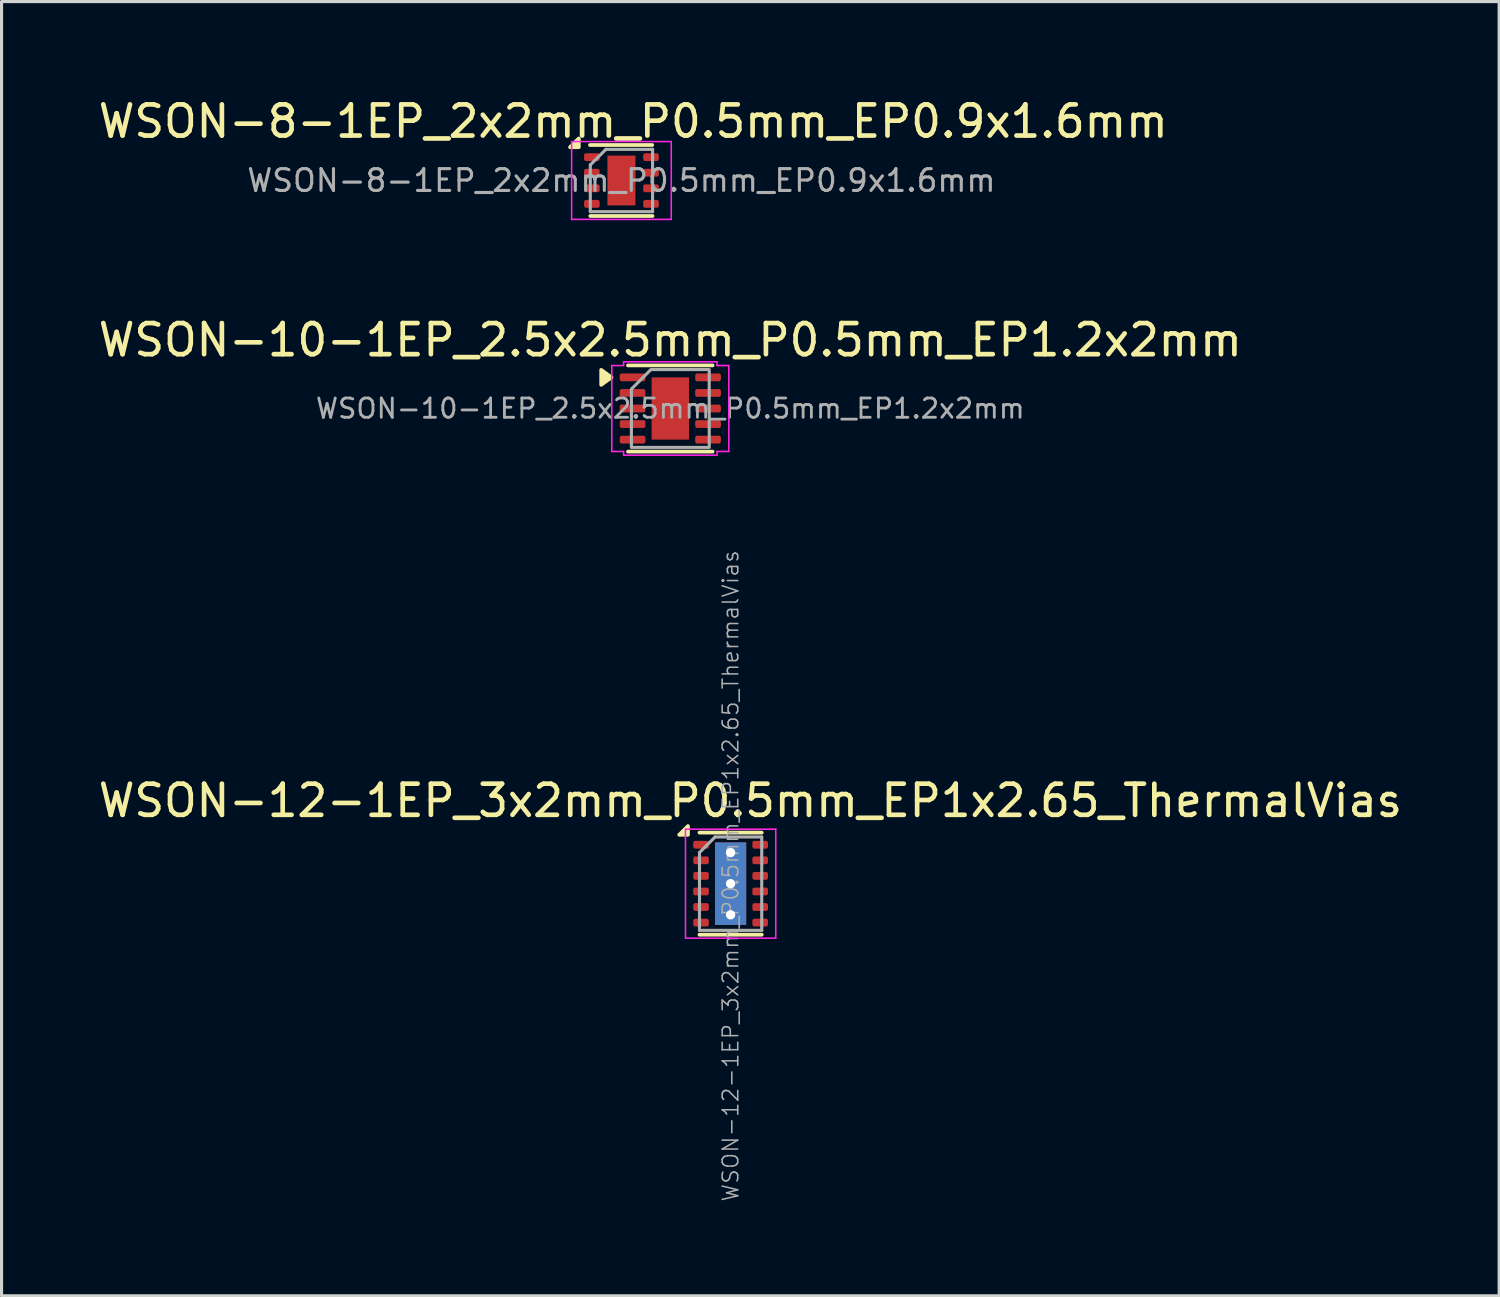
<source format=kicad_pcb>
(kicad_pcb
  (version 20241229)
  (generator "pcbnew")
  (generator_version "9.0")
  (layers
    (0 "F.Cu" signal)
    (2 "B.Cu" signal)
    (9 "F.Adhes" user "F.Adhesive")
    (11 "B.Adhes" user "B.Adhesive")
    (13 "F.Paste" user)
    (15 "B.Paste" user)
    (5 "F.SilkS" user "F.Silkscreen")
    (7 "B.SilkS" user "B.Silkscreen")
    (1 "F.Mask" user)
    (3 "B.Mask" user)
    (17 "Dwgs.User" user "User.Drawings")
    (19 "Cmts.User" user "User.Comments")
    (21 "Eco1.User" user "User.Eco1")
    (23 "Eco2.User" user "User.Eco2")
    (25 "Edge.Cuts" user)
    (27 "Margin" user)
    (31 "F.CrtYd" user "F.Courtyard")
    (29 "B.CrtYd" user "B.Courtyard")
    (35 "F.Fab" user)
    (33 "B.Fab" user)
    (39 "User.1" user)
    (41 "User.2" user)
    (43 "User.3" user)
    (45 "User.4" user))
  (footprint "WSON-8-1EP_2x2mm_P0.5mm_EP0.9x1.6mm"
    (layer "F.Cu")
    (at 16.912 2.748)
    (property "Reference" "WSON-8-1EP_2x2mm_P0.5mm_EP0.9x1.6mm" (at 0.38 -1.9 0) (layer "F.SilkS") (effects (font (size 1 1) (thickness 0.15))))
    (attr smd)
    (fp_line (start -1.01 -1.14) (end 0.99 -1.14) (stroke (width 0.12) (type solid)) (layer "F.SilkS"))
    (fp_line (start -1 1.14) (end 1 1.14) (stroke (width 0.12) (type solid)) (layer "F.SilkS"))
    (fp_poly (pts (xy -1.37 -1.07) (xy -1.65 -1.07) (xy -1.37 -1.35) (xy -1.37 -1.07)) (stroke (width 0.12) (type solid)) (fill yes) (layer "F.SilkS"))
    (fp_line (start -1.6 -1.25) (end -1.6 1.25) (stroke (width 0.05) (type solid)) (layer "F.CrtYd"))
    (fp_line (start -1.6 -1.25) (end 1.6 -1.25) (stroke (width 0.05) (type solid)) (layer "F.CrtYd"))
    (fp_line (start -1.6 1.25) (end 1.6 1.25) (stroke (width 0.05) (type solid)) (layer "F.CrtYd"))
    (fp_line (start 1.6 -1.25) (end 1.6 1.25) (stroke (width 0.05) (type solid)) (layer "F.CrtYd"))
    (fp_line (start -1 1) (end -1 -0.5) (stroke (width 0.1) (type solid)) (layer "F.Fab"))
    (fp_line (start -0.5 -1) (end -1 -0.5) (stroke (width 0.1) (type solid)) (layer "F.Fab"))
    (fp_line (start -0.5 -1) (end 1 -1) (stroke (width 0.1) (type solid)) (layer "F.Fab"))
    (fp_line (start 1 -1) (end 1 1) (stroke (width 0.1) (type solid)) (layer "F.Fab"))
    (fp_line (start 1 1) (end -1 1) (stroke (width 0.1) (type solid)) (layer "F.Fab"))
    (fp_text user "${REFERENCE}" (at 0 0 0) (layer "F.Fab") (effects (font (size 0.7 0.7) (thickness 0.1))))
    (pad "" smd rect (at 0 -0.4) (size 0.75 0.65) (layers "F.Paste"))
    (pad "" smd rect (at 0 0.4) (size 0.75 0.65) (layers "F.Paste"))
    (pad "1" smd roundrect (at -0.95 -0.75) (size 0.5 0.25) (layers "F.Cu" "F.Mask" "F.Paste") (roundrect_rratio 0.25))
    (pad "2" smd roundrect (at -0.95 -0.25) (size 0.5 0.25) (layers "F.Cu" "F.Mask" "F.Paste") (roundrect_rratio 0.25))
    (pad "3" smd roundrect (at -0.95 0.25) (size 0.5 0.25) (layers "F.Cu" "F.Mask" "F.Paste") (roundrect_rratio 0.25))
    (pad "4" smd roundrect (at -0.95 0.75) (size 0.5 0.25) (layers "F.Cu" "F.Mask" "F.Paste") (roundrect_rratio 0.25))
    (pad "5" smd roundrect (at 0.95 0.75) (size 0.5 0.25) (layers "F.Cu" "F.Mask" "F.Paste") (roundrect_rratio 0.25))
    (pad "6" smd roundrect (at 0.95 0.25) (size 0.5 0.25) (layers "F.Cu" "F.Mask" "F.Paste") (roundrect_rratio 0.25))
    (pad "7" smd roundrect (at 0.95 -0.25) (size 0.5 0.25) (layers "F.Cu" "F.Mask" "F.Paste") (roundrect_rratio 0.25))
    (pad "8" smd roundrect (at 0.95 -0.75) (size 0.5 0.25) (layers "F.Cu" "F.Mask" "F.Paste") (roundrect_rratio 0.25))
    (pad "9" smd rect (at 0 0) (size 0.9 1.6) (layers "F.Cu" "F.Mask")))
  (footprint "WSON-12-1EP_3x2mm_P0.5mm_EP1x2.65_ThermalVias"
    (layer "F.Cu")
    (at 20.419 25.336)
    (property "Reference" "WSON-12-1EP_3x2mm_P0.5mm_EP1x2.65_ThermalVias" (at 0.635 -2.667 0) (layer "F.SilkS") (effects (font (size 1 1) (thickness 0.15))))
    (attr smd)
    (fp_line (start -1 -1.64) (end 1 -1.64) (stroke (width 0.12) (type solid)) (layer "F.SilkS"))
    (fp_line (start -1 1.64) (end 1 1.64) (stroke (width 0.12) (type solid)) (layer "F.SilkS"))
    (fp_poly (pts (xy -1.37 -1.57) (xy -1.65 -1.57) (xy -1.37 -1.85) (xy -1.37 -1.57)) (stroke (width 0.12) (type solid)) (fill yes) (layer "F.SilkS"))
    (fp_line (start -1.45 -1.75) (end 1.45 -1.75) (stroke (width 0.05) (type solid)) (layer "F.CrtYd"))
    (fp_line (start -1.45 1.75) (end -1.45 -1.75) (stroke (width 0.05) (type solid)) (layer "F.CrtYd"))
    (fp_line (start 1.45 -1.75) (end 1.45 1.75) (stroke (width 0.05) (type solid)) (layer "F.CrtYd"))
    (fp_line (start 1.45 1.75) (end -1.45 1.75) (stroke (width 0.05) (type solid)) (layer "F.CrtYd"))
    (fp_line (start -1 -1) (end -0.5 -1.5) (stroke (width 0.1) (type solid)) (layer "F.Fab"))
    (fp_line (start -1 1.5) (end -1 -1) (stroke (width 0.1) (type solid)) (layer "F.Fab"))
    (fp_line (start -0.5 -1.5) (end 1 -1.5) (stroke (width 0.1) (type solid)) (layer "F.Fab"))
    (fp_line (start 1 -1.5) (end 1 1.5) (stroke (width 0.1) (type solid)) (layer "F.Fab"))
    (fp_line (start 1 1.5) (end -1 1.5) (stroke (width 0.1) (type solid)) (layer "F.Fab"))
    (fp_text user "${REFERENCE}" (at 0 -0.25 90) (layer "F.Fab") (effects (font (size 0.5 0.5) (thickness 0.05))))
    (pad "" smd rect (at 0 -0.5) (size 0.95 0.8) (layers "F.Paste"))
    (pad "" smd rect (at 0 0.5) (size 0.95 0.8) (layers "F.Paste"))
    (pad "1" smd roundrect (at -0.95 -1.25) (size 0.5 0.25) (layers "F.Cu" "F.Mask" "F.Paste") (roundrect_rratio 0.25))
    (pad "2" smd roundrect (at -0.95 -0.75) (size 0.5 0.25) (layers "F.Cu" "F.Mask" "F.Paste") (roundrect_rratio 0.25))
    (pad "3" smd roundrect (at -0.95 -0.25) (size 0.5 0.25) (layers "F.Cu" "F.Mask" "F.Paste") (roundrect_rratio 0.25))
    (pad "4" smd roundrect (at -0.95 0.25) (size 0.5 0.25) (layers "F.Cu" "F.Mask" "F.Paste") (roundrect_rratio 0.25))
    (pad "5" smd roundrect (at -0.95 0.75) (size 0.5 0.25) (layers "F.Cu" "F.Mask" "F.Paste") (roundrect_rratio 0.25))
    (pad "6" smd roundrect (at -0.95 1.25) (size 0.5 0.25) (layers "F.Cu" "F.Mask" "F.Paste") (roundrect_rratio 0.25))
    (pad "7" smd roundrect (at 0.95 1.25) (size 0.5 0.25) (layers "F.Cu" "F.Mask" "F.Paste") (roundrect_rratio 0.25))
    (pad "8" smd roundrect (at 0.95 0.75) (size 0.5 0.25) (layers "F.Cu" "F.Mask" "F.Paste") (roundrect_rratio 0.25))
    (pad "9" smd roundrect (at 0.95 0.25) (size 0.5 0.25) (layers "F.Cu" "F.Mask" "F.Paste") (roundrect_rratio 0.25))
    (pad "10" smd roundrect (at 0.95 -0.25) (size 0.5 0.25) (layers "F.Cu" "F.Mask" "F.Paste") (roundrect_rratio 0.25))
    (pad "11" smd roundrect (at 0.95 -0.75) (size 0.5 0.25) (layers "F.Cu" "F.Mask" "F.Paste") (roundrect_rratio 0.25))
    (pad "12" smd roundrect (at 0.95 -1.25) (size 0.5 0.25) (layers "F.Cu" "F.Mask" "F.Paste") (roundrect_rratio 0.25))
    (pad "13" thru_hole circle (at 0 -1 90) (size 0.6 0.6) (drill 0.3) (layers "*.Cu"))
    (pad "13" thru_hole circle (at 0 0) (size 0.6 0.6) (drill 0.3) (layers "*.Cu"))
    (pad "13" smd rect (at 0 0) (size 1 2.65) (layers "F.Cu" "F.Mask"))
    (pad "13" smd rect (at 0 0) (size 1 2.65) (layers "B.Cu"))
    (pad "13" thru_hole circle (at 0 1) (size 0.6 0.6) (drill 0.3) (layers "*.Cu")))
  (footprint "WSON-10-1EP_2.5x2.5mm_P0.5mm_EP1.2x2mm"
    (layer "F.Cu")
    (at 18.482 10.072)
    (property "Reference" "WSON-10-1EP_2.5x2.5mm_P0.5mm_EP1.2x2mm" (at 0 -2.2 0) (layer "F.SilkS") (effects (font (size 1 1) (thickness 0.15))))
    (attr smd)
    (fp_line (start -1.36 -1.385) (end 1.36 -1.385) (stroke (width 0.12) (type solid)) (layer "F.SilkS"))
    (fp_line (start 1.36 1.385) (end -1.36 1.385) (stroke (width 0.12) (type solid)) (layer "F.SilkS"))
    (fp_poly (pts (xy -1.89 -1) (xy -2.22 -0.76) (xy -2.22 -1.24)) (stroke (width 0.12) (type solid)) (fill yes) (layer "F.SilkS"))
    (fp_line (start -1.88 -1.38) (end -1.5 -1.38) (stroke (width 0.05) (type solid)) (layer "F.CrtYd"))
    (fp_line (start -1.88 1.38) (end -1.88 -1.38) (stroke (width 0.05) (type solid)) (layer "F.CrtYd"))
    (fp_line (start -1.5 -1.5) (end 1.5 -1.5) (stroke (width 0.05) (type solid)) (layer "F.CrtYd"))
    (fp_line (start -1.5 -1.38) (end -1.5 -1.5) (stroke (width 0.05) (type solid)) (layer "F.CrtYd"))
    (fp_line (start -1.5 1.38) (end -1.88 1.38) (stroke (width 0.05) (type solid)) (layer "F.CrtYd"))
    (fp_line (start -1.5 1.5) (end -1.5 1.38) (stroke (width 0.05) (type solid)) (layer "F.CrtYd"))
    (fp_line (start 1.5 -1.5) (end 1.5 -1.38) (stroke (width 0.05) (type solid)) (layer "F.CrtYd"))
    (fp_line (start 1.5 -1.38) (end 1.88 -1.38) (stroke (width 0.05) (type solid)) (layer "F.CrtYd"))
    (fp_line (start 1.5 1.38) (end 1.5 1.5) (stroke (width 0.05) (type solid)) (layer "F.CrtYd"))
    (fp_line (start 1.5 1.5) (end -1.5 1.5) (stroke (width 0.05) (type solid)) (layer "F.CrtYd"))
    (fp_line (start 1.88 -1.38) (end 1.88 1.38) (stroke (width 0.05) (type solid)) (layer "F.CrtYd"))
    (fp_line (start 1.88 1.38) (end 1.5 1.38) (stroke (width 0.05) (type solid)) (layer "F.CrtYd"))
    (fp_poly (pts (xy -1.25 -0.625) (xy -1.25 1.25) (xy 1.25 1.25) (xy 1.25 -1.25) (xy -0.625 -1.25)) (stroke (width 0.1) (type solid)) (fill no) (layer "F.Fab"))
    (fp_text user "${REFERENCE}" (at 0 0 0) (layer "F.Fab") (effects (font (size 0.62 0.62) (thickness 0.09))))
    (pad "" smd roundrect (at -0.3 -0.5) (size 0.48 0.81) (layers "F.Paste") (roundrect_rratio 0.25))
    (pad "" smd roundrect (at -0.3 0.5) (size 0.48 0.81) (layers "F.Paste") (roundrect_rratio 0.25))
    (pad "" smd roundrect (at 0.3 -0.5) (size 0.48 0.81) (layers "F.Paste") (roundrect_rratio 0.25))
    (pad "" smd roundrect (at 0.3 0.5) (size 0.48 0.81) (layers "F.Paste") (roundrect_rratio 0.25))
    (pad "1" smd roundrect (at -1.212 -1) (size 0.825 0.25) (layers "F.Cu" "F.Mask" "F.Paste") (roundrect_rratio 0.25))
    (pad "2" smd roundrect (at -1.212 -0.5) (size 0.825 0.25) (layers "F.Cu" "F.Mask" "F.Paste") (roundrect_rratio 0.25))
    (pad "3" smd roundrect (at -1.212 0) (size 0.825 0.25) (layers "F.Cu" "F.Mask" "F.Paste") (roundrect_rratio 0.25))
    (pad "4" smd roundrect (at -1.212 0.5) (size 0.825 0.25) (layers "F.Cu" "F.Mask" "F.Paste") (roundrect_rratio 0.25))
    (pad "5" smd roundrect (at -1.212 1) (size 0.825 0.25) (layers "F.Cu" "F.Mask" "F.Paste") (roundrect_rratio 0.25))
    (pad "6" smd roundrect (at 1.212 1) (size 0.825 0.25) (layers "F.Cu" "F.Mask" "F.Paste") (roundrect_rratio 0.25))
    (pad "7" smd roundrect (at 1.212 0.5) (size 0.825 0.25) (layers "F.Cu" "F.Mask" "F.Paste") (roundrect_rratio 0.25))
    (pad "8" smd roundrect (at 1.212 0) (size 0.825 0.25) (layers "F.Cu" "F.Mask" "F.Paste") (roundrect_rratio 0.25))
    (pad "9" smd roundrect (at 1.212 -0.5) (size 0.825 0.25) (layers "F.Cu" "F.Mask" "F.Paste") (roundrect_rratio 0.25))
    (pad "10" smd roundrect (at 1.212 -1) (size 0.825 0.25) (layers "F.Cu" "F.Mask" "F.Paste") (roundrect_rratio 0.25))
    (pad "11" smd rect (at 0 0) (size 1.2 2) (property pad_prop_heatsink) (layers "F.Cu" "F.Mask")))
  (gr_rect
    (start -3 -3)
    (end 45.107 38.575)
    (stroke (width 0.1) (type default))
    (fill no)
    (layer "Edge.Cuts")))
</source>
